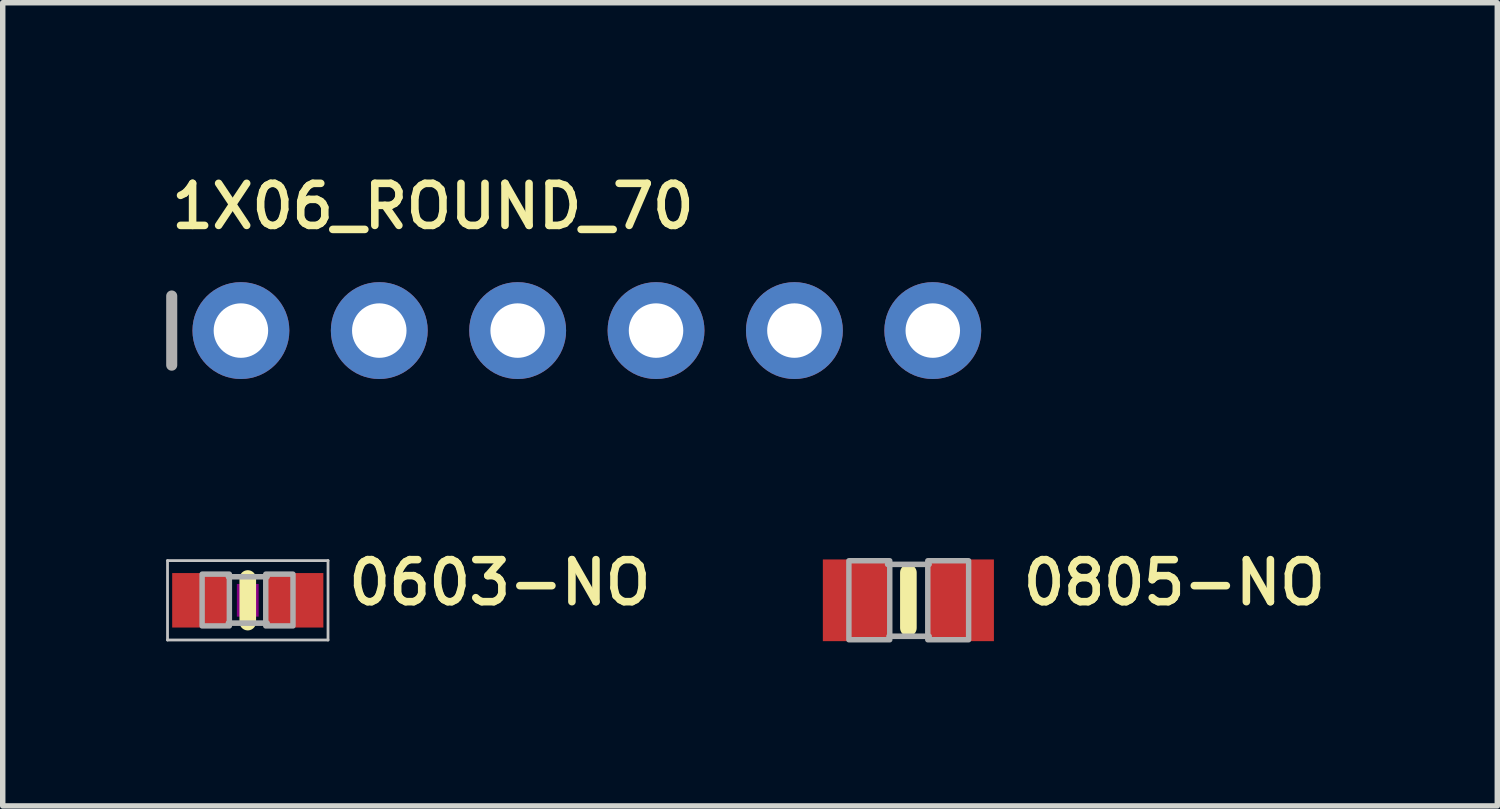
<source format=kicad_pcb>
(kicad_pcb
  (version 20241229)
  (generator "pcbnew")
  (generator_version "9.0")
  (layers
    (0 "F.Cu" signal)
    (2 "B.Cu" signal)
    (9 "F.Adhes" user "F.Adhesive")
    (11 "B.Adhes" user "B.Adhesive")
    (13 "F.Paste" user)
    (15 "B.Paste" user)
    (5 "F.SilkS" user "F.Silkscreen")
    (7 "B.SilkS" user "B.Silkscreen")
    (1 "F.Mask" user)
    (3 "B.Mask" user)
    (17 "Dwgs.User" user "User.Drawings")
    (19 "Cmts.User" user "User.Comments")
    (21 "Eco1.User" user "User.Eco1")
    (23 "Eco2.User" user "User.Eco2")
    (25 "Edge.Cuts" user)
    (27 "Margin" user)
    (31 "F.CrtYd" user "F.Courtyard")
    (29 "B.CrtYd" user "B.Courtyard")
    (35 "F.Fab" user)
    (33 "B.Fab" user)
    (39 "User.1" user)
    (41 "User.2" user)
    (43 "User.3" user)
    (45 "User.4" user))
  (footprint "0805-NO"
    (layer "F.Cu")
    (at 13.624 7.969)
    (property "Reference" "0805-NO" (at 2.032 0.127 0) (layer "F.SilkS") (effects (font (size 0.772 0.772) (thickness 0.139)) (justify left bottom)))
    (attr through_hole)
    (fp_line (start 0 -0.508) (end 0 0.508) (stroke (width 0.305) (type solid)) (layer "F.SilkS"))
    (fp_line (start -0.381 -0.66) (end 0.381 -0.66) (stroke (width 0.102) (type solid)) (layer "F.Fab"))
    (fp_line (start -0.356 0.66) (end 0.381 0.66) (stroke (width 0.102) (type solid)) (layer "F.Fab"))
    (fp_poly (pts (xy -1.092 0.724) (xy -0.342 0.724) (xy -0.342 -0.726) (xy -1.092 -0.726)) (stroke (width 0.1) (type solid)) (fill no) (layer "F.Fab"))
    (fp_poly (pts (xy 0.356 0.724) (xy 1.106 0.724) (xy 1.106 -0.726) (xy 0.356 -0.726)) (stroke (width 0.1) (type solid)) (fill no) (layer "F.Fab"))
    (pad "1" smd rect (at -0.95 0) (size 1.24 1.5) (layers "F.Cu" "F.Mask" "F.Paste"))
    (pad "2" smd rect (at 0.95 0) (size 1.24 1.5) (layers "F.Cu" "F.Mask" "F.Paste")))
  (footprint "0603-NO"
    (layer "F.Cu")
    (at 1.498 7.969)
    (property "Reference" "0603-NO" (at 1.778 0.127 0) (layer "F.SilkS") (effects (font (size 0.772 0.772) (thickness 0.139)) (justify left bottom)))
    (attr through_hole)
    (fp_line (start 0 -0.4) (end 0 0.4) (stroke (width 0.305) (type solid)) (layer "F.SilkS"))
    (fp_poly (pts (xy -0.2 0.3) (xy 0.2 0.3) (xy 0.2 -0.3) (xy -0.2 -0.3)) (stroke (width 0) (type solid)) (fill yes) (layer "F.Adhes"))
    (fp_line (start -1.473 -0.729) (end 1.473 -0.729) (stroke (width 0.051) (type solid)) (layer "Dwgs.User"))
    (fp_line (start -1.473 0.729) (end -1.473 -0.729) (stroke (width 0.051) (type solid)) (layer "Dwgs.User"))
    (fp_line (start 1.473 -0.729) (end 1.473 0.729) (stroke (width 0.051) (type solid)) (layer "Dwgs.User"))
    (fp_line (start 1.473 0.729) (end -1.473 0.729) (stroke (width 0.051) (type solid)) (layer "Dwgs.User"))
    (fp_line (start -0.356 -0.432) (end 0.356 -0.432) (stroke (width 0.102) (type solid)) (layer "F.Fab"))
    (fp_line (start -0.356 0.419) (end 0.356 0.419) (stroke (width 0.102) (type solid)) (layer "F.Fab"))
    (fp_poly (pts (xy -0.838 0.47) (xy -0.338 0.47) (xy -0.338 -0.48) (xy -0.838 -0.48)) (stroke (width 0.1) (type solid)) (fill no) (layer "F.Fab"))
    (fp_poly (pts (xy 0.33 0.47) (xy 0.83 0.47) (xy 0.83 -0.48) (xy 0.33 -0.48)) (stroke (width 0.1) (type solid)) (fill no) (layer "F.Fab"))
    (pad "1" smd rect (at -0.85 0) (size 1.075 1) (layers "F.Cu" "F.Mask" "F.Paste"))
    (pad "2" smd rect (at 0.85 0) (size 1.075 1) (layers "F.Cu" "F.Mask" "F.Paste")))
  (footprint "1X06_ROUND_70"
    (layer "F.Cu")
    (at 7.722 3.018)
    (property "Reference" "1X06_ROUND_70" (at -7.696 -1.829 0) (layer "F.SilkS") (effects (font (size 0.772 0.772) (thickness 0.139)) (justify left bottom)))
    (attr through_hole)
    (fp_line (start -7.62 -0.635) (end -7.62 0.635) (stroke (width 0.203) (type solid)) (layer "F.Fab"))
    (fp_poly (pts (xy -6.604 0.254) (xy -6.096 0.254) (xy -6.096 -0.254) (xy -6.604 -0.254)) (stroke (width 0.1) (type solid)) (fill no) (layer "F.Fab"))
    (fp_poly (pts (xy -4.064 0.254) (xy -3.556 0.254) (xy -3.556 -0.254) (xy -4.064 -0.254)) (stroke (width 0.1) (type solid)) (fill no) (layer "F.Fab"))
    (fp_poly (pts (xy -1.524 0.254) (xy -1.016 0.254) (xy -1.016 -0.254) (xy -1.524 -0.254)) (stroke (width 0.1) (type solid)) (fill no) (layer "F.Fab"))
    (fp_poly (pts (xy 1.016 0.254) (xy 1.524 0.254) (xy 1.524 -0.254) (xy 1.016 -0.254)) (stroke (width 0.1) (type solid)) (fill no) (layer "F.Fab"))
    (fp_poly (pts (xy 3.556 0.254) (xy 4.064 0.254) (xy 4.064 -0.254) (xy 3.556 -0.254)) (stroke (width 0.1) (type solid)) (fill no) (layer "F.Fab"))
    (fp_poly (pts (xy 6.096 0.254) (xy 6.604 0.254) (xy 6.604 -0.254) (xy 6.096 -0.254)) (stroke (width 0.1) (type solid)) (fill no) (layer "F.Fab"))
    (pad "1" thru_hole circle (at -6.35 0 90) (size 1.778 1.778) (drill 1) (layers "*.Cu" "*.Mask"))
    (pad "2" thru_hole circle (at -3.81 0 90) (size 1.778 1.778) (drill 1) (layers "*.Cu" "*.Mask"))
    (pad "3" thru_hole circle (at -1.27 0 90) (size 1.778 1.778) (drill 1) (layers "*.Cu" "*.Mask"))
    (pad "4" thru_hole circle (at 1.27 0 90) (size 1.778 1.778) (drill 1) (layers "*.Cu" "*.Mask"))
    (pad "5" thru_hole circle (at 3.81 0 90) (size 1.778 1.778) (drill 1) (layers "*.Cu" "*.Mask"))
    (pad "6" thru_hole circle (at 6.35 0 90) (size 1.778 1.778) (drill 1) (layers "*.Cu" "*.Mask")))
  (gr_rect
    (start -3 -3)
    (end 24.434 11.743)
    (stroke (width 0.1) (type default))
    (fill no)
    (layer "Edge.Cuts")))
</source>
